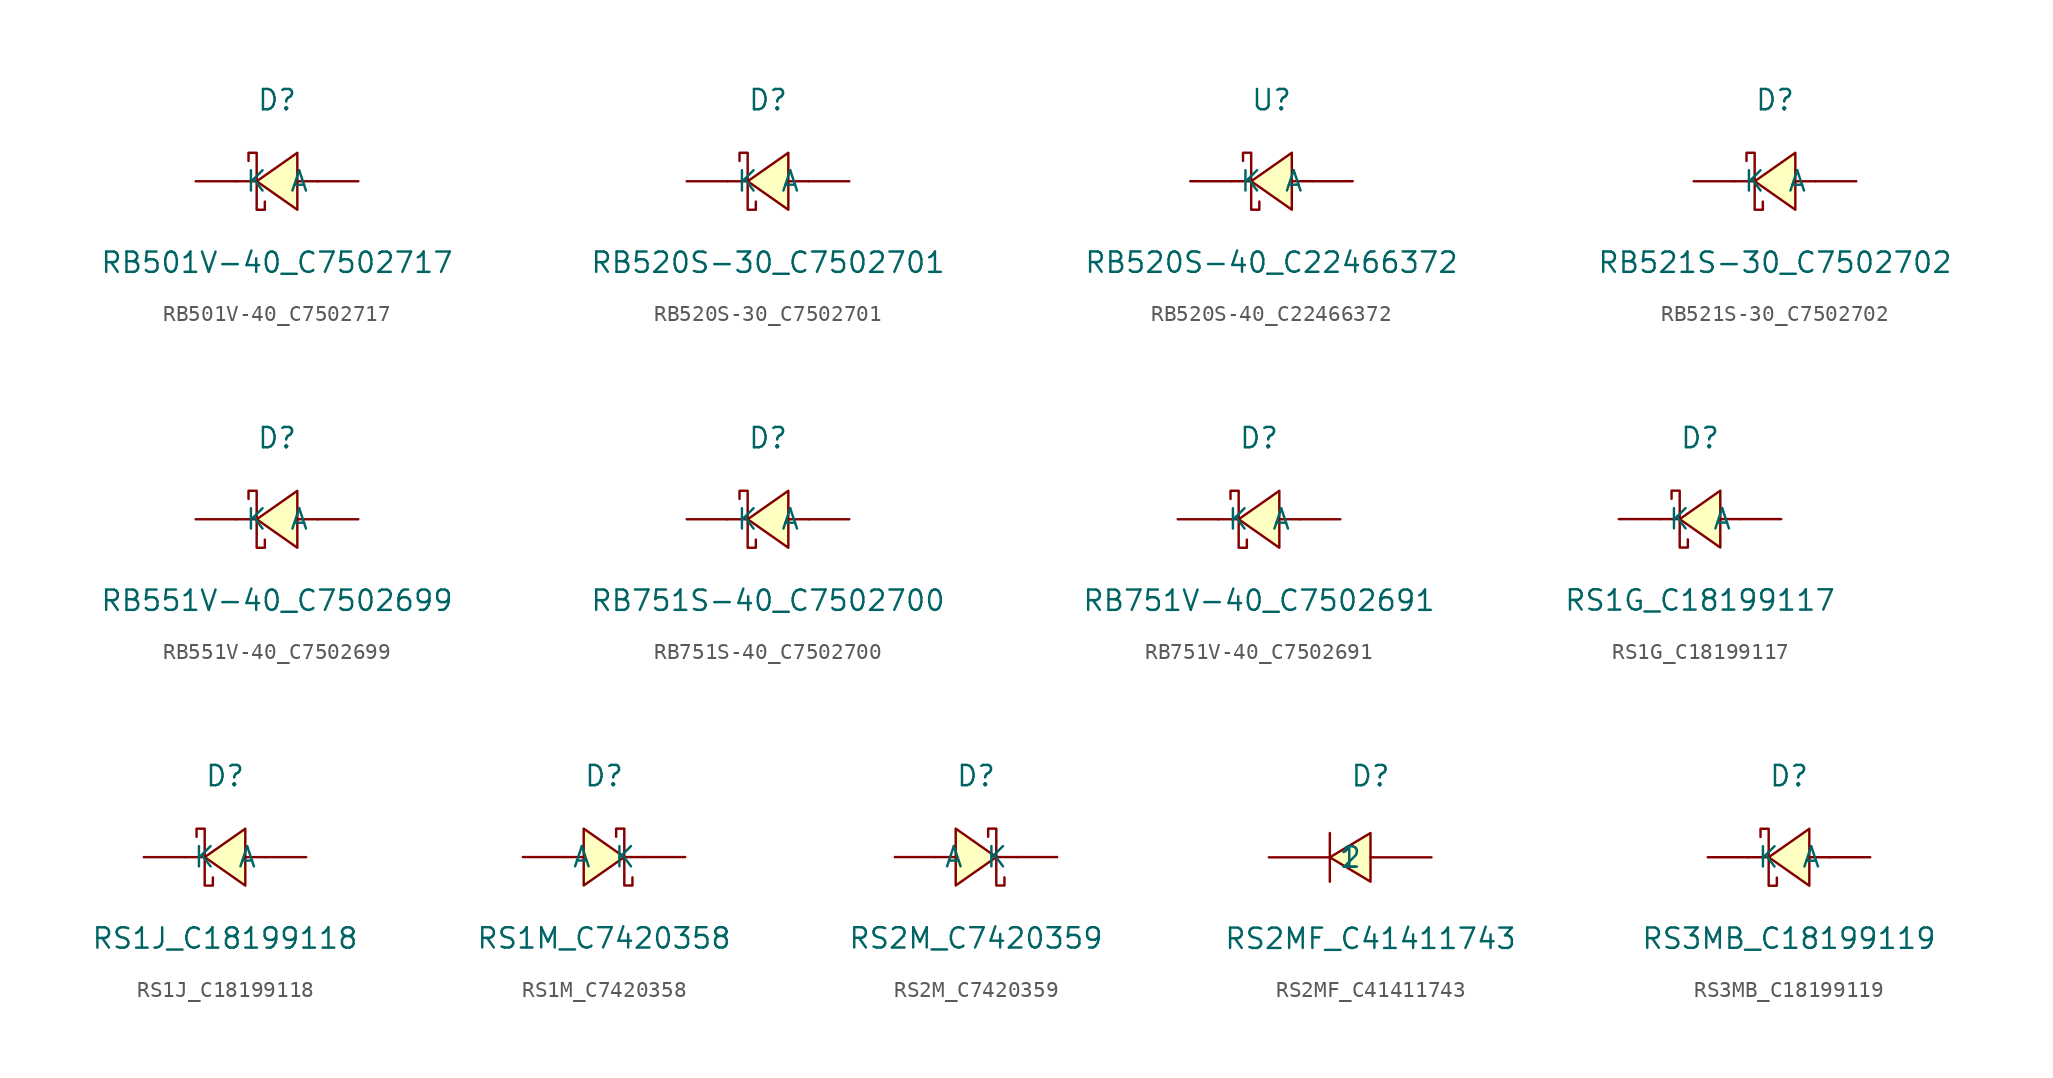
<source format=kicad_sym>
(kicad_symbol_lib
  (version 20241209)
  (generator "kicad_symbol_editor")
  (generator_version "9.0")
  (symbol "RB501V-40_C7502717"
    (pin_numbers
      (hide yes))
    (property "Reference" "D"
      (at 0 5.08 0)
      (effects (font (size 1.27 1.27))))
    (property "Value" "RB501V-40_C7502717"
      (at 0 -5.08 0)
      (effects (font (size 1.27 1.27))))
    (symbol "RB501V-40_C7502717_0_1"
      (polyline (pts (xy -1.78 1.27) (xy -1.78 1.78) (xy -1.27 1.78) (xy -1.27 -1.78) (xy -0.76 -1.78) (xy -0.76 -1.27)) (stroke (width 0) (type default)) (fill (type none)))
      (polyline (pts (xy -1.27 0) (xy -2.54 0)) (stroke (width 0) (type default)) (fill (type none)))
      (polyline (pts (xy 1.27 1.78) (xy -1.27 0) (xy 1.27 -1.78) (xy 1.27 1.78)) (stroke (width 0) (type default)) (fill (type background)))
      (polyline (pts (xy 2.54 0) (xy 1.27 0)) (stroke (width 0) (type default)) (fill (type none)))
      (pin unspecified line (at -5.08 0 0) (length 2.54) (name "K" (effects (font (size 1.27 1.27)))) (number "1" (effects (font (size 1.27 1.27)))))
      (pin unspecified line (at 5.08 0 180) (length 2.54) (name "A" (effects (font (size 1.27 1.27)))) (number "2" (effects (font (size 1.27 1.27)))))))
  (symbol "RB520S-30_C7502701"
    (pin_numbers
      (hide yes))
    (property "Reference" "D"
      (at 0 5.08 0)
      (effects (font (size 1.27 1.27))))
    (property "Value" "RB520S-30_C7502701"
      (at 0 -5.08 0)
      (effects (font (size 1.27 1.27))))
    (symbol "RB520S-30_C7502701_0_1"
      (polyline (pts (xy -1.78 1.27) (xy -1.78 1.78) (xy -1.27 1.78) (xy -1.27 -1.78) (xy -0.76 -1.78) (xy -0.76 -1.27)) (stroke (width 0) (type default)) (fill (type none)))
      (polyline (pts (xy -1.27 0) (xy -2.54 0)) (stroke (width 0) (type default)) (fill (type none)))
      (polyline (pts (xy 1.27 1.78) (xy -1.27 0) (xy 1.27 -1.78) (xy 1.27 1.78)) (stroke (width 0) (type default)) (fill (type background)))
      (polyline (pts (xy 2.54 0) (xy 1.27 0)) (stroke (width 0) (type default)) (fill (type none)))
      (pin unspecified line (at -5.08 0 0) (length 2.54) (name "K" (effects (font (size 1.27 1.27)))) (number "1" (effects (font (size 1.27 1.27)))))
      (pin unspecified line (at 5.08 0 180) (length 2.54) (name "A" (effects (font (size 1.27 1.27)))) (number "2" (effects (font (size 1.27 1.27)))))))
  (symbol "RB520S-40_C22466372"
    (pin_numbers
      (hide yes))
    (property "Reference" "U"
      (at 0 5.08 0)
      (effects (font (size 1.27 1.27))))
    (property "Value" "RB520S-40_C22466372"
      (at 0 -5.08 0)
      (effects (font (size 1.27 1.27))))
    (symbol "RB520S-40_C22466372_0_1"
      (polyline (pts (xy -1.78 1.27) (xy -1.78 1.78) (xy -1.27 1.78) (xy -1.27 -1.78) (xy -0.76 -1.78) (xy -0.76 -1.27)) (stroke (width 0) (type default)) (fill (type none)))
      (polyline (pts (xy -1.27 0) (xy -2.54 0)) (stroke (width 0) (type default)) (fill (type none)))
      (polyline (pts (xy 1.27 1.78) (xy -1.27 0) (xy 1.27 -1.78) (xy 1.27 1.78)) (stroke (width 0) (type default)) (fill (type background)))
      (polyline (pts (xy 2.54 0) (xy 1.27 0)) (stroke (width 0) (type default)) (fill (type none)))
      (pin unspecified line (at -5.08 0 0) (length 2.54) (name "K" (effects (font (size 1.27 1.27)))) (number "1" (effects (font (size 1.27 1.27)))))
      (pin unspecified line (at 5.08 0 180) (length 2.54) (name "A" (effects (font (size 1.27 1.27)))) (number "2" (effects (font (size 1.27 1.27)))))))
  (symbol "RB521S-30_C7502702"
    (pin_numbers
      (hide yes))
    (property "Reference" "D"
      (at 0 5.08 0)
      (effects (font (size 1.27 1.27))))
    (property "Value" "RB521S-30_C7502702"
      (at 0 -5.08 0)
      (effects (font (size 1.27 1.27))))
    (symbol "RB521S-30_C7502702_0_1"
      (polyline (pts (xy -1.78 1.27) (xy -1.78 1.78) (xy -1.27 1.78) (xy -1.27 -1.78) (xy -0.76 -1.78) (xy -0.76 -1.27)) (stroke (width 0) (type default)) (fill (type none)))
      (polyline (pts (xy -1.27 0) (xy -2.54 0)) (stroke (width 0) (type default)) (fill (type none)))
      (polyline (pts (xy 1.27 1.78) (xy -1.27 0) (xy 1.27 -1.78) (xy 1.27 1.78)) (stroke (width 0) (type default)) (fill (type background)))
      (polyline (pts (xy 2.54 0) (xy 1.27 0)) (stroke (width 0) (type default)) (fill (type none)))
      (pin unspecified line (at -5.08 0 0) (length 2.54) (name "K" (effects (font (size 1.27 1.27)))) (number "1" (effects (font (size 1.27 1.27)))))
      (pin unspecified line (at 5.08 0 180) (length 2.54) (name "A" (effects (font (size 1.27 1.27)))) (number "2" (effects (font (size 1.27 1.27)))))))
  (symbol "RB551V-40_C7502699"
    (pin_numbers
      (hide yes))
    (property "Reference" "D"
      (at 0 5.08 0)
      (effects (font (size 1.27 1.27))))
    (property "Value" "RB551V-40_C7502699"
      (at 0 -5.08 0)
      (effects (font (size 1.27 1.27))))
    (symbol "RB551V-40_C7502699_0_1"
      (polyline (pts (xy -1.78 1.27) (xy -1.78 1.78) (xy -1.27 1.78) (xy -1.27 -1.78) (xy -0.76 -1.78) (xy -0.76 -1.27)) (stroke (width 0) (type default)) (fill (type none)))
      (polyline (pts (xy -1.27 0) (xy -2.54 0)) (stroke (width 0) (type default)) (fill (type none)))
      (polyline (pts (xy 1.27 1.78) (xy -1.27 0) (xy 1.27 -1.78) (xy 1.27 1.78)) (stroke (width 0) (type default)) (fill (type background)))
      (polyline (pts (xy 2.54 0) (xy 1.27 0)) (stroke (width 0) (type default)) (fill (type none)))
      (pin unspecified line (at -5.08 0 0) (length 2.54) (name "K" (effects (font (size 1.27 1.27)))) (number "1" (effects (font (size 1.27 1.27)))))
      (pin unspecified line (at 5.08 0 180) (length 2.54) (name "A" (effects (font (size 1.27 1.27)))) (number "2" (effects (font (size 1.27 1.27)))))))
  (symbol "RB751S-40_C7502700"
    (pin_numbers
      (hide yes))
    (property "Reference" "D"
      (at 0 5.08 0)
      (effects (font (size 1.27 1.27))))
    (property "Value" "RB751S-40_C7502700"
      (at 0 -5.08 0)
      (effects (font (size 1.27 1.27))))
    (symbol "RB751S-40_C7502700_0_1"
      (polyline (pts (xy -1.78 1.27) (xy -1.78 1.78) (xy -1.27 1.78) (xy -1.27 -1.78) (xy -0.76 -1.78) (xy -0.76 -1.27)) (stroke (width 0) (type default)) (fill (type none)))
      (polyline (pts (xy -1.27 0) (xy -2.54 0)) (stroke (width 0) (type default)) (fill (type none)))
      (polyline (pts (xy 1.27 1.78) (xy -1.27 0) (xy 1.27 -1.78) (xy 1.27 1.78)) (stroke (width 0) (type default)) (fill (type background)))
      (polyline (pts (xy 2.54 0) (xy 1.27 0)) (stroke (width 0) (type default)) (fill (type none)))
      (pin unspecified line (at -5.08 0 0) (length 2.54) (name "K" (effects (font (size 1.27 1.27)))) (number "1" (effects (font (size 1.27 1.27)))))
      (pin unspecified line (at 5.08 0 180) (length 2.54) (name "A" (effects (font (size 1.27 1.27)))) (number "2" (effects (font (size 1.27 1.27)))))))
  (symbol "RB751V-40_C7502691"
    (pin_numbers
      (hide yes))
    (property "Reference" "D"
      (at 0 5.08 0)
      (effects (font (size 1.27 1.27))))
    (property "Value" "RB751V-40_C7502691"
      (at 0 -5.08 0)
      (effects (font (size 1.27 1.27))))
    (symbol "RB751V-40_C7502691_0_1"
      (polyline (pts (xy -1.78 1.27) (xy -1.78 1.78) (xy -1.27 1.78) (xy -1.27 -1.78) (xy -0.76 -1.78) (xy -0.76 -1.27)) (stroke (width 0) (type default)) (fill (type none)))
      (polyline (pts (xy -1.27 0) (xy -2.54 0)) (stroke (width 0) (type default)) (fill (type none)))
      (polyline (pts (xy 1.27 1.78) (xy -1.27 0) (xy 1.27 -1.78) (xy 1.27 1.78)) (stroke (width 0) (type default)) (fill (type background)))
      (polyline (pts (xy 2.54 0) (xy 1.27 0)) (stroke (width 0) (type default)) (fill (type none)))
      (pin unspecified line (at -5.08 0 0) (length 2.54) (name "K" (effects (font (size 1.27 1.27)))) (number "1" (effects (font (size 1.27 1.27)))))
      (pin unspecified line (at 5.08 0 180) (length 2.54) (name "A" (effects (font (size 1.27 1.27)))) (number "2" (effects (font (size 1.27 1.27)))))))
  (symbol "RS1G_C18199117"
    (pin_numbers
      (hide yes))
    (property "Reference" "D"
      (at 0 5.08 0)
      (effects (font (size 1.27 1.27))))
    (property "Value" "RS1G_C18199117"
      (at 0 -5.08 0)
      (effects (font (size 1.27 1.27))))
    (symbol "RS1G_C18199117_0_1"
      (polyline (pts (xy -1.78 1.27) (xy -1.78 1.78) (xy -1.27 1.78) (xy -1.27 -1.78) (xy -0.76 -1.78) (xy -0.76 -1.27)) (stroke (width 0) (type default)) (fill (type none)))
      (polyline (pts (xy -1.27 0) (xy -2.54 0)) (stroke (width 0) (type default)) (fill (type none)))
      (polyline (pts (xy 1.27 1.78) (xy -1.27 0) (xy 1.27 -1.78) (xy 1.27 1.78)) (stroke (width 0) (type default)) (fill (type background)))
      (polyline (pts (xy 2.54 0) (xy 1.27 0)) (stroke (width 0) (type default)) (fill (type none)))
      (pin unspecified line (at -5.08 0 0) (length 2.54) (name "K" (effects (font (size 1.27 1.27)))) (number "1" (effects (font (size 1.27 1.27)))))
      (pin unspecified line (at 5.08 0 180) (length 2.54) (name "A" (effects (font (size 1.27 1.27)))) (number "2" (effects (font (size 1.27 1.27)))))))
  (symbol "RS1J_C18199118"
    (pin_numbers
      (hide yes))
    (property "Reference" "D"
      (at 0 5.08 0)
      (effects (font (size 1.27 1.27))))
    (property "Value" "RS1J_C18199118"
      (at 0 -5.08 0)
      (effects (font (size 1.27 1.27))))
    (symbol "RS1J_C18199118_0_1"
      (polyline (pts (xy -1.78 1.27) (xy -1.78 1.78) (xy -1.27 1.78) (xy -1.27 -1.78) (xy -0.76 -1.78) (xy -0.76 -1.27)) (stroke (width 0) (type default)) (fill (type none)))
      (polyline (pts (xy -1.27 0) (xy -2.54 0)) (stroke (width 0) (type default)) (fill (type none)))
      (polyline (pts (xy 1.27 1.78) (xy -1.27 0) (xy 1.27 -1.78) (xy 1.27 1.78)) (stroke (width 0) (type default)) (fill (type background)))
      (polyline (pts (xy 2.54 0) (xy 1.27 0)) (stroke (width 0) (type default)) (fill (type none)))
      (pin unspecified line (at -5.08 0 0) (length 2.54) (name "K" (effects (font (size 1.27 1.27)))) (number "1" (effects (font (size 1.27 1.27)))))
      (pin unspecified line (at 5.08 0 180) (length 2.54) (name "A" (effects (font (size 1.27 1.27)))) (number "2" (effects (font (size 1.27 1.27)))))))
  (symbol "RS1M_C7420358"
    (pin_numbers
      (hide yes))
    (property "Reference" "D"
      (at 0 5.08 0)
      (effects (font (size 1.27 1.27))))
    (property "Value" "RS1M_C7420358"
      (at 0 -5.08 0)
      (effects (font (size 1.27 1.27))))
    (symbol "RS1M_C7420358_0_1"
      (polyline (pts (xy -2.54 0) (xy -1.27 0)) (stroke (width 0) (type default)) (fill (type none)))
      (polyline (pts (xy -1.27 -1.78) (xy 1.27 0) (xy -1.27 1.78) (xy -1.27 -1.78)) (stroke (width 0) (type default)) (fill (type background)))
      (polyline (pts (xy 1.27 0) (xy 2.54 0)) (stroke (width 0) (type default)) (fill (type none)))
      (polyline (pts (xy 1.78 -1.27) (xy 1.78 -1.78) (xy 1.27 -1.78) (xy 1.27 1.78) (xy 0.76 1.78) (xy 0.76 1.27)) (stroke (width 0) (type default)) (fill (type none)))
      (pin unspecified line (at -5.08 0 0) (length 2.54) (name "A" (effects (font (size 1.27 1.27)))) (number "1" (effects (font (size 1.27 1.27)))))
      (pin unspecified line (at 5.08 0 180) (length 2.54) (name "K" (effects (font (size 1.27 1.27)))) (number "2" (effects (font (size 1.27 1.27)))))))
  (symbol "RS2M_C7420359"
    (pin_numbers
      (hide yes))
    (property "Reference" "D"
      (at 0 5.08 0)
      (effects (font (size 1.27 1.27))))
    (property "Value" "RS2M_C7420359"
      (at 0 -5.08 0)
      (effects (font (size 1.27 1.27))))
    (symbol "RS2M_C7420359_0_1"
      (polyline (pts (xy -2.54 0) (xy -1.27 0)) (stroke (width 0) (type default)) (fill (type none)))
      (polyline (pts (xy -1.27 -1.78) (xy 1.27 0) (xy -1.27 1.78) (xy -1.27 -1.78)) (stroke (width 0) (type default)) (fill (type background)))
      (polyline (pts (xy 1.27 0) (xy 2.54 0)) (stroke (width 0) (type default)) (fill (type none)))
      (polyline (pts (xy 1.78 -1.27) (xy 1.78 -1.78) (xy 1.27 -1.78) (xy 1.27 1.78) (xy 0.76 1.78) (xy 0.76 1.27)) (stroke (width 0) (type default)) (fill (type none)))
      (pin unspecified line (at -5.08 0 0) (length 2.54) (name "A" (effects (font (size 1.27 1.27)))) (number "1" (effects (font (size 1.27 1.27)))))
      (pin unspecified line (at 5.08 0 180) (length 2.54) (name "K" (effects (font (size 1.27 1.27)))) (number "2" (effects (font (size 1.27 1.27)))))))
  (symbol "RS2MF_C41411743"
    (pin_numbers
      (hide yes))
    (property "Reference" "D"
      (at 0 5.08 0)
      (effects (font (size 1.27 1.27))))
    (property "Value" "RS2MF_C41411743"
      (at 0 -5.08 0)
      (effects (font (size 1.27 1.27))))
    (symbol "RS2MF_C41411743_0_1"
      (polyline (pts (xy -2.54 -1.52) (xy -2.54 1.52)) (stroke (width 0) (type default)) (fill (type none)))
      (polyline (pts (xy 0 1.52) (xy -2.54 0) (xy 0 -1.52) (xy 0 1.52)) (stroke (width 0) (type default)) (fill (type background)))
      (pin unspecified line (at -6.35 0 0) (length 3.81) (name "1" (effects (font (size 1.27 1.27)))) (number "1" (effects (font (size 1.27 1.27)))))
      (pin unspecified line (at 3.81 0 180) (length 3.81) (name "2" (effects (font (size 1.27 1.27)))) (number "2" (effects (font (size 1.27 1.27)))))))
  (symbol "RS3MB_C18199119"
    (pin_numbers
      (hide yes))
    (property "Reference" "D"
      (at 0 5.08 0)
      (effects (font (size 1.27 1.27))))
    (property "Value" "RS3MB_C18199119"
      (at 0 -5.08 0)
      (effects (font (size 1.27 1.27))))
    (symbol "RS3MB_C18199119_0_1"
      (polyline (pts (xy -1.78 1.27) (xy -1.78 1.78) (xy -1.27 1.78) (xy -1.27 -1.78) (xy -0.76 -1.78) (xy -0.76 -1.27)) (stroke (width 0) (type default)) (fill (type none)))
      (polyline (pts (xy -1.27 0) (xy -2.54 0)) (stroke (width 0) (type default)) (fill (type none)))
      (polyline (pts (xy 1.27 1.78) (xy -1.27 0) (xy 1.27 -1.78) (xy 1.27 1.78)) (stroke (width 0) (type default)) (fill (type background)))
      (polyline (pts (xy 2.54 0) (xy 1.27 0)) (stroke (width 0) (type default)) (fill (type none)))
      (pin unspecified line (at -5.08 0 0) (length 2.54) (name "K" (effects (font (size 1.27 1.27)))) (number "1" (effects (font (size 1.27 1.27)))))
      (pin unspecified line (at 5.08 0 180) (length 2.54) (name "A" (effects (font (size 1.27 1.27)))) (number "2" (effects (font (size 1.27 1.27))))))))
</source>
